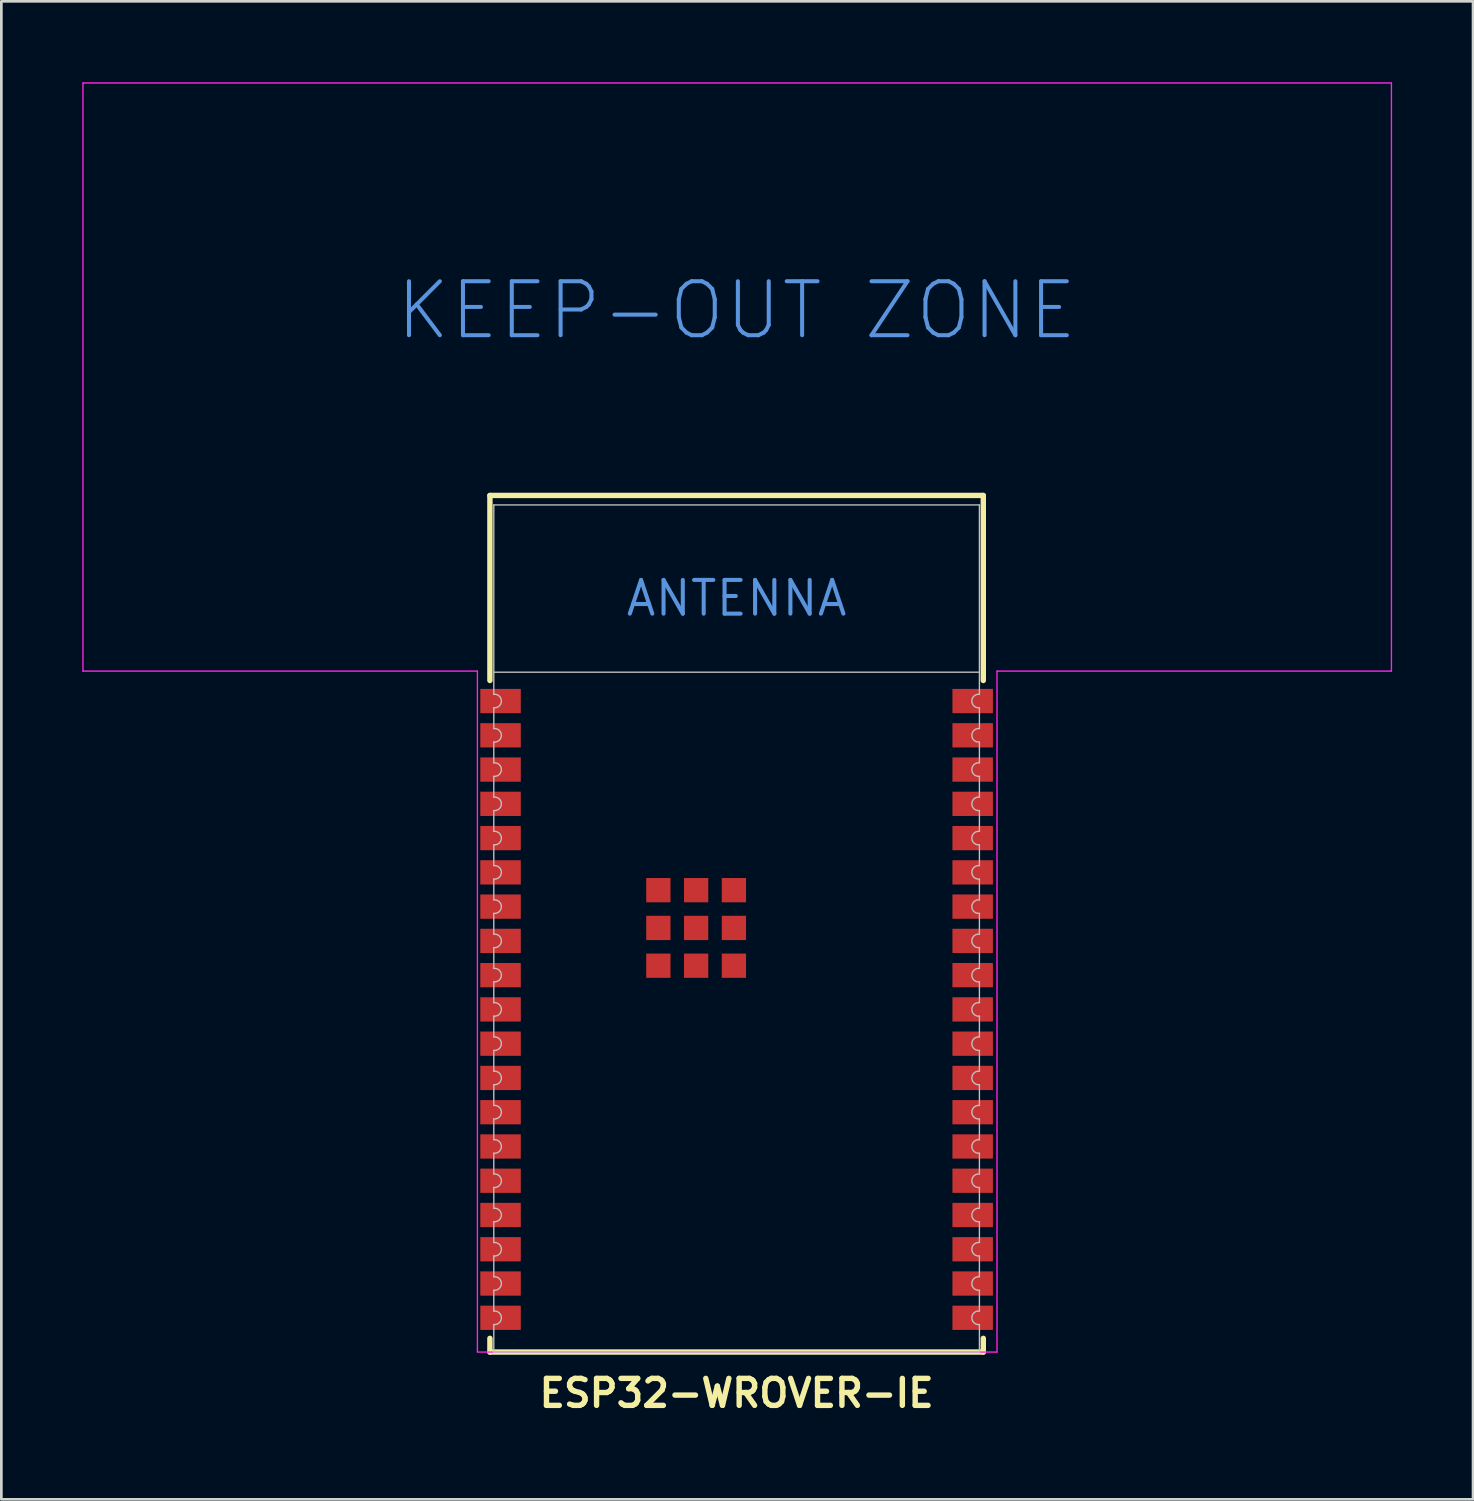
<source format=kicad_pcb>
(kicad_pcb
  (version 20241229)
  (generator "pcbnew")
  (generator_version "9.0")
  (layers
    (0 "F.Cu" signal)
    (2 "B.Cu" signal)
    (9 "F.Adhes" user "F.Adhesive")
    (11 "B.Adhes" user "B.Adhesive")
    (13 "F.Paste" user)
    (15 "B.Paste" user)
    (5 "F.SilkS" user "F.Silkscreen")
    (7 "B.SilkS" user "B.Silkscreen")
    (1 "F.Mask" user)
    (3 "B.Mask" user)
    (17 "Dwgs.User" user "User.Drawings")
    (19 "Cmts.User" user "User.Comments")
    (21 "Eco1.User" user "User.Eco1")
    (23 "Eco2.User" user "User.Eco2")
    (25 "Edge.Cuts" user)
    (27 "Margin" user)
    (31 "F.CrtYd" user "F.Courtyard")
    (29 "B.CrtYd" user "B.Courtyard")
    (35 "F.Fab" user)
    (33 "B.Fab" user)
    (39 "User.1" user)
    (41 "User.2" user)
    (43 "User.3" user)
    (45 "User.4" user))
  (footprint "ESP32-WROVER-IE"
    (layer "F.Cu")
    (at 24.253 34.365)
    (property "Reference" "ESP32-WROVER-IE" (at 0 14.224 0) (layer "F.SilkS") (effects (font (size 1 1) (thickness 0.2) (bold yes))))
    (attr through_hole)
    (fp_line (start -9.144 -19.05) (end 9.144 -19.05) (stroke (width 0.2) (type default)) (layer "F.SilkS"))
    (fp_line (start -9.144 -12.192) (end -9.144 -19.05) (stroke (width 0.2) (type default)) (layer "F.SilkS"))
    (fp_line (start -9.144 12.192) (end -9.144 12.7) (stroke (width 0.2) (type default)) (layer "F.SilkS"))
    (fp_line (start -9.144 12.7) (end 9.144 12.7) (stroke (width 0.2) (type default)) (layer "F.SilkS"))
    (fp_line (start 9.144 -19.05) (end 9.144 -12.192) (stroke (width 0.2) (type default)) (layer "F.SilkS"))
    (fp_line (start 9.144 12.7) (end 9.144 12.192) (stroke (width 0.2) (type default)) (layer "F.SilkS"))
    (fp_line (start -9 -18.7) (end -9 -11.69) (stroke (width 0.05) (type solid)) (layer "Dwgs.User"))
    (fp_line (start -9 -11.18) (end -9 -10.41) (stroke (width 0.05) (type solid)) (layer "Dwgs.User"))
    (fp_line (start -9 -9.91) (end -9 -9.14) (stroke (width 0.05) (type solid)) (layer "Dwgs.User"))
    (fp_line (start -9 -8.64) (end -9 -7.87) (stroke (width 0.05) (type solid)) (layer "Dwgs.User"))
    (fp_line (start -9 -7.37) (end -9 -6.6) (stroke (width 0.05) (type solid)) (layer "Dwgs.User"))
    (fp_line (start -9 -6.1) (end -9 -5.33) (stroke (width 0.05) (type solid)) (layer "Dwgs.User"))
    (fp_line (start -9 -4.83) (end -9 -4.06) (stroke (width 0.05) (type solid)) (layer "Dwgs.User"))
    (fp_line (start -9 -3.56) (end -9 -2.79) (stroke (width 0.05) (type solid)) (layer "Dwgs.User"))
    (fp_line (start -9 -2.29) (end -9 -1.52) (stroke (width 0.05) (type solid)) (layer "Dwgs.User"))
    (fp_line (start -9 -1.02) (end -9 -0.25) (stroke (width 0.05) (type solid)) (layer "Dwgs.User"))
    (fp_line (start -9 0.25) (end -9 1.02) (stroke (width 0.05) (type solid)) (layer "Dwgs.User"))
    (fp_line (start -9 1.52) (end -9 2.29) (stroke (width 0.05) (type solid)) (layer "Dwgs.User"))
    (fp_line (start -9 2.79) (end -9 3.56) (stroke (width 0.05) (type solid)) (layer "Dwgs.User"))
    (fp_line (start -9 4.06) (end -9 4.83) (stroke (width 0.05) (type solid)) (layer "Dwgs.User"))
    (fp_line (start -9 5.33) (end -9 6.1) (stroke (width 0.05) (type solid)) (layer "Dwgs.User"))
    (fp_line (start -9 6.6) (end -9 7.37) (stroke (width 0.05) (type solid)) (layer "Dwgs.User"))
    (fp_line (start -9 7.87) (end -9 8.64) (stroke (width 0.05) (type solid)) (layer "Dwgs.User"))
    (fp_line (start -9 9.14) (end -9 9.91) (stroke (width 0.05) (type solid)) (layer "Dwgs.User"))
    (fp_line (start -9 10.41) (end -9 11.18) (stroke (width 0.05) (type solid)) (layer "Dwgs.User"))
    (fp_line (start -9 11.68) (end -9 12.7) (stroke (width 0.05) (type solid)) (layer "Dwgs.User"))
    (fp_line (start -9 12.7) (end 9 12.7) (stroke (width 0.05) (type solid)) (layer "Dwgs.User"))
    (fp_line (start 9 -18.7) (end -9 -18.7) (stroke (width 0.05) (type solid)) (layer "Dwgs.User"))
    (fp_line (start 9 -12.5) (end -9 -12.5) (stroke (width 0.05) (type solid)) (layer "Dwgs.User"))
    (fp_line (start 9 -11.68) (end 9 -18.7) (stroke (width 0.05) (type solid)) (layer "Dwgs.User"))
    (fp_line (start 9 -10.41) (end 9 -11.18) (stroke (width 0.05) (type solid)) (layer "Dwgs.User"))
    (fp_line (start 9 -9.14) (end 9 -9.91) (stroke (width 0.05) (type solid)) (layer "Dwgs.User"))
    (fp_line (start 9 -7.87) (end 9 -8.64) (stroke (width 0.05) (type solid)) (layer "Dwgs.User"))
    (fp_line (start 9 -6.6) (end 9 -7.37) (stroke (width 0.05) (type solid)) (layer "Dwgs.User"))
    (fp_line (start 9 -5.33) (end 9 -6.1) (stroke (width 0.05) (type solid)) (layer "Dwgs.User"))
    (fp_line (start 9 -4.06) (end 9 -4.83) (stroke (width 0.05) (type solid)) (layer "Dwgs.User"))
    (fp_line (start 9 -2.79) (end 9 -3.56) (stroke (width 0.05) (type solid)) (layer "Dwgs.User"))
    (fp_line (start 9 -1.52) (end 9 -2.29) (stroke (width 0.05) (type solid)) (layer "Dwgs.User"))
    (fp_line (start 9 -0.25) (end 9 -1.02) (stroke (width 0.05) (type solid)) (layer "Dwgs.User"))
    (fp_line (start 9 1.02) (end 9 0.25) (stroke (width 0.05) (type solid)) (layer "Dwgs.User"))
    (fp_line (start 9 2.29) (end 9 1.52) (stroke (width 0.05) (type solid)) (layer "Dwgs.User"))
    (fp_line (start 9 3.56) (end 9 2.79) (stroke (width 0.05) (type solid)) (layer "Dwgs.User"))
    (fp_line (start 9 4.83) (end 9 4.06) (stroke (width 0.05) (type solid)) (layer "Dwgs.User"))
    (fp_line (start 9 6.1) (end 9 5.33) (stroke (width 0.05) (type solid)) (layer "Dwgs.User"))
    (fp_line (start 9 7.37) (end 9 6.6) (stroke (width 0.05) (type solid)) (layer "Dwgs.User"))
    (fp_line (start 9 8.64) (end 9 7.87) (stroke (width 0.05) (type solid)) (layer "Dwgs.User"))
    (fp_line (start 9 9.91) (end 9 9.14) (stroke (width 0.05) (type solid)) (layer "Dwgs.User"))
    (fp_line (start 9 11.18) (end 9 10.41) (stroke (width 0.05) (type solid)) (layer "Dwgs.User"))
    (fp_line (start 9 12.7) (end 9 11.68) (stroke (width 0.05) (type solid)) (layer "Dwgs.User"))
    (fp_arc (start -9 -11.68) (mid -8.718206 -11.43) (end -9 -11.18) (stroke (width 0.05) (type solid)) (layer "Dwgs.User"))
    (fp_arc (start -9 -10.41) (mid -8.718206 -10.16) (end -9 -9.91) (stroke (width 0.05) (type solid)) (layer "Dwgs.User"))
    (fp_arc (start -9 -9.14) (mid -8.718206 -8.89) (end -9 -8.64) (stroke (width 0.05) (type solid)) (layer "Dwgs.User"))
    (fp_arc (start -9 -7.87) (mid -8.718206 -7.62) (end -9 -7.37) (stroke (width 0.05) (type solid)) (layer "Dwgs.User"))
    (fp_arc (start -9 -6.6) (mid -8.718206 -6.35) (end -9 -6.1) (stroke (width 0.05) (type solid)) (layer "Dwgs.User"))
    (fp_arc (start -9 -5.33) (mid -8.718206 -5.08) (end -9 -4.83) (stroke (width 0.05) (type solid)) (layer "Dwgs.User"))
    (fp_arc (start -9 -4.06) (mid -8.718206 -3.81) (end -9 -3.56) (stroke (width 0.05) (type solid)) (layer "Dwgs.User"))
    (fp_arc (start -9 -2.79) (mid -8.718206 -2.54) (end -9 -2.29) (stroke (width 0.05) (type solid)) (layer "Dwgs.User"))
    (fp_arc (start -9 -1.52) (mid -8.718206 -1.27) (end -9 -1.02) (stroke (width 0.05) (type solid)) (layer "Dwgs.User"))
    (fp_arc (start -9 -0.25) (mid -8.718206 0) (end -9 0.25) (stroke (width 0.05) (type solid)) (layer "Dwgs.User"))
    (fp_arc (start -9 1.02) (mid -8.718206 1.27) (end -9 1.52) (stroke (width 0.05) (type solid)) (layer "Dwgs.User"))
    (fp_arc (start -9 2.29) (mid -8.718206 2.54) (end -9 2.79) (stroke (width 0.05) (type solid)) (layer "Dwgs.User"))
    (fp_arc (start -9 3.56) (mid -8.718206 3.81) (end -9 4.06) (stroke (width 0.05) (type solid)) (layer "Dwgs.User"))
    (fp_arc (start -9 4.83) (mid -8.718206 5.08) (end -9 5.33) (stroke (width 0.05) (type solid)) (layer "Dwgs.User"))
    (fp_arc (start -9 6.1) (mid -8.718206 6.35) (end -9 6.6) (stroke (width 0.05) (type solid)) (layer "Dwgs.User"))
    (fp_arc (start -9 7.37) (mid -8.718206 7.62) (end -9 7.87) (stroke (width 0.05) (type solid)) (layer "Dwgs.User"))
    (fp_arc (start -9 8.64) (mid -8.718206 8.89) (end -9 9.14) (stroke (width 0.05) (type solid)) (layer "Dwgs.User"))
    (fp_arc (start -9 9.91) (mid -8.718206 10.16) (end -9 10.41) (stroke (width 0.05) (type solid)) (layer "Dwgs.User"))
    (fp_arc (start -9 11.18) (mid -8.718206 11.43) (end -9 11.68) (stroke (width 0.05) (type solid)) (layer "Dwgs.User"))
    (fp_arc (start 9 -11.18) (mid 8.718206 -11.43) (end 9 -11.68) (stroke (width 0.05) (type solid)) (layer "Dwgs.User"))
    (fp_arc (start 9 -9.91) (mid 8.718206 -10.16) (end 9 -10.41) (stroke (width 0.05) (type solid)) (layer "Dwgs.User"))
    (fp_arc (start 9 -8.64) (mid 8.718206 -8.89) (end 9 -9.14) (stroke (width 0.05) (type solid)) (layer "Dwgs.User"))
    (fp_arc (start 9 -7.37) (mid 8.718206 -7.62) (end 9 -7.87) (stroke (width 0.05) (type solid)) (layer "Dwgs.User"))
    (fp_arc (start 9 -6.1) (mid 8.718206 -6.35) (end 9 -6.6) (stroke (width 0.05) (type solid)) (layer "Dwgs.User"))
    (fp_arc (start 9 -4.83) (mid 8.718206 -5.08) (end 9 -5.33) (stroke (width 0.05) (type solid)) (layer "Dwgs.User"))
    (fp_arc (start 9 -3.56) (mid 8.718206 -3.81) (end 9 -4.06) (stroke (width 0.05) (type solid)) (layer "Dwgs.User"))
    (fp_arc (start 9 -2.29) (mid 8.718206 -2.54) (end 9 -2.79) (stroke (width 0.05) (type solid)) (layer "Dwgs.User"))
    (fp_arc (start 9 -1.02) (mid 8.718206 -1.27) (end 9 -1.52) (stroke (width 0.05) (type solid)) (layer "Dwgs.User"))
    (fp_arc (start 9 0.25) (mid 8.718206 0) (end 9 -0.25) (stroke (width 0.05) (type solid)) (layer "Dwgs.User"))
    (fp_arc (start 9 1.52) (mid 8.718206 1.27) (end 9 1.02) (stroke (width 0.05) (type solid)) (layer "Dwgs.User"))
    (fp_arc (start 9 2.79) (mid 8.718206 2.54) (end 9 2.29) (stroke (width 0.05) (type solid)) (layer "Dwgs.User"))
    (fp_arc (start 9 4.06) (mid 8.718206 3.81) (end 9 3.56) (stroke (width 0.05) (type solid)) (layer "Dwgs.User"))
    (fp_arc (start 9 5.33) (mid 8.718206 5.08) (end 9 4.83) (stroke (width 0.05) (type solid)) (layer "Dwgs.User"))
    (fp_arc (start 9 6.6) (mid 8.718206 6.35) (end 9 6.1) (stroke (width 0.05) (type solid)) (layer "Dwgs.User"))
    (fp_arc (start 9 7.87) (mid 8.718206 7.62) (end 9 7.37) (stroke (width 0.05) (type solid)) (layer "Dwgs.User"))
    (fp_arc (start 9 9.14) (mid 8.718206 8.89) (end 9 8.64) (stroke (width 0.05) (type solid)) (layer "Dwgs.User"))
    (fp_arc (start 9 10.41) (mid 8.718206 10.16) (end 9 9.91) (stroke (width 0.05) (type solid)) (layer "Dwgs.User"))
    (fp_arc (start 9 11.68) (mid 8.718206 11.43) (end 9 11.18) (stroke (width 0.05) (type solid)) (layer "Dwgs.User"))
    (fp_line (start -24.228 -34.34) (end -24.228 -12.54) (stroke (width 0.05) (type solid)) (layer "F.CrtYd"))
    (fp_line (start -24.228 -12.54) (end -9.608 -12.54) (stroke (width 0.05) (type solid)) (layer "F.CrtYd"))
    (fp_line (start -9.608 -12.54) (end -9.608 12.7) (stroke (width 0.05) (type solid)) (layer "F.CrtYd"))
    (fp_line (start -9.608 12.7) (end 9.652 12.7) (stroke (width 0.05) (type solid)) (layer "F.CrtYd"))
    (fp_line (start 9.652 -12.54) (end 24.272 -12.54) (stroke (width 0.05) (type solid)) (layer "F.CrtYd"))
    (fp_line (start 9.652 12.7) (end 9.652 -12.54) (stroke (width 0.05) (type solid)) (layer "F.CrtYd"))
    (fp_line (start 24.272 -34.34) (end -24.228 -34.34) (stroke (width 0.05) (type solid)) (layer "F.CrtYd"))
    (fp_line (start 24.272 -12.54) (end 24.272 -34.34) (stroke (width 0.05) (type solid)) (layer "F.CrtYd"))
    (fp_text user "ANTENNA" (at 0 -15.24 0) (layer "Cmts.User") (effects (font (size 1.25 1.25) (thickness 0.15))))
    (fp_text user "KEEP-OUT ZONE" (at 0 -25.908 0) (layer "Cmts.User") (effects (font (size 2 2) (thickness 0.15))))
    (pad "1" smd rect (at -8.75 -11.43) (size 1.5 0.9) (layers "F.Cu" "F.Mask" "F.Paste"))
    (pad "2" smd rect (at -8.75 -10.16) (size 1.5 0.9) (layers "F.Cu" "F.Mask" "F.Paste"))
    (pad "3" smd rect (at -8.75 -8.89) (size 1.5 0.9) (layers "F.Cu" "F.Mask" "F.Paste"))
    (pad "4" smd rect (at -8.75 -7.62) (size 1.5 0.9) (layers "F.Cu" "F.Mask" "F.Paste"))
    (pad "5" smd rect (at -8.75 -6.35) (size 1.5 0.9) (layers "F.Cu" "F.Mask" "F.Paste"))
    (pad "6" smd rect (at -8.75 -5.08) (size 1.5 0.9) (layers "F.Cu" "F.Mask" "F.Paste"))
    (pad "7" smd rect (at -8.75 -3.81) (size 1.5 0.9) (layers "F.Cu" "F.Mask" "F.Paste"))
    (pad "8" smd rect (at -8.75 -2.54) (size 1.5 0.9) (layers "F.Cu" "F.Mask" "F.Paste"))
    (pad "9" smd rect (at -8.75 -1.27) (size 1.5 0.9) (layers "F.Cu" "F.Mask" "F.Paste"))
    (pad "10" smd rect (at -8.75 0) (size 1.5 0.9) (layers "F.Cu" "F.Mask" "F.Paste"))
    (pad "11" smd rect (at -8.75 1.27) (size 1.5 0.9) (layers "F.Cu" "F.Mask" "F.Paste"))
    (pad "12" smd rect (at -8.75 2.54) (size 1.5 0.9) (layers "F.Cu" "F.Mask" "F.Paste"))
    (pad "13" smd rect (at -8.75 3.81) (size 1.5 0.9) (layers "F.Cu" "F.Mask" "F.Paste"))
    (pad "14" smd rect (at -8.75 5.08) (size 1.5 0.9) (layers "F.Cu" "F.Mask" "F.Paste"))
    (pad "15" smd rect (at -8.75 6.35) (size 1.5 0.9) (layers "F.Cu" "F.Mask" "F.Paste"))
    (pad "16" smd rect (at -8.75 7.62) (size 1.5 0.9) (layers "F.Cu" "F.Mask" "F.Paste"))
    (pad "17" smd rect (at -8.75 8.89) (size 1.5 0.9) (layers "F.Cu" "F.Mask" "F.Paste"))
    (pad "18" smd rect (at -8.75 10.16) (size 1.5 0.9) (layers "F.Cu" "F.Mask" "F.Paste"))
    (pad "19" smd rect (at -8.75 11.43) (size 1.5 0.9) (layers "F.Cu" "F.Mask" "F.Paste"))
    (pad "20" smd rect (at 8.75 11.43) (size 1.5 0.9) (layers "F.Cu" "F.Mask" "F.Paste"))
    (pad "21" smd rect (at 8.75 10.16) (size 1.5 0.9) (layers "F.Cu" "F.Mask" "F.Paste"))
    (pad "22" smd rect (at 8.75 8.89) (size 1.5 0.9) (layers "F.Cu" "F.Mask" "F.Paste"))
    (pad "23" smd rect (at 8.75 7.62) (size 1.5 0.9) (layers "F.Cu" "F.Mask" "F.Paste"))
    (pad "24" smd rect (at 8.75 6.35) (size 1.5 0.9) (layers "F.Cu" "F.Mask" "F.Paste"))
    (pad "25" smd rect (at 8.75 5.08) (size 1.5 0.9) (layers "F.Cu" "F.Mask" "F.Paste"))
    (pad "26" smd rect (at 8.75 3.81) (size 1.5 0.9) (layers "F.Cu" "F.Mask" "F.Paste"))
    (pad "27" smd rect (at 8.75 2.54) (size 1.5 0.9) (layers "F.Cu" "F.Mask" "F.Paste"))
    (pad "28" smd rect (at 8.75 1.27) (size 1.5 0.9) (layers "F.Cu" "F.Mask" "F.Paste"))
    (pad "29" smd rect (at 8.75 0) (size 1.5 0.9) (layers "F.Cu" "F.Mask" "F.Paste"))
    (pad "30" smd rect (at 8.75 -1.27) (size 1.5 0.9) (layers "F.Cu" "F.Mask" "F.Paste"))
    (pad "31" smd rect (at 8.75 -2.54) (size 1.5 0.9) (layers "F.Cu" "F.Mask" "F.Paste"))
    (pad "32" smd rect (at 8.75 -3.81) (size 1.5 0.9) (layers "F.Cu" "F.Mask" "F.Paste"))
    (pad "33" smd rect (at 8.75 -5.08) (size 1.5 0.9) (layers "F.Cu" "F.Mask" "F.Paste"))
    (pad "34" smd rect (at 8.75 -6.35) (size 1.5 0.9) (layers "F.Cu" "F.Mask" "F.Paste"))
    (pad "35" smd rect (at 8.75 -7.62) (size 1.5 0.9) (layers "F.Cu" "F.Mask" "F.Paste"))
    (pad "36" smd rect (at 8.75 -8.89) (size 1.5 0.9) (layers "F.Cu" "F.Mask" "F.Paste"))
    (pad "37" smd rect (at 8.75 -10.16) (size 1.5 0.9) (layers "F.Cu" "F.Mask" "F.Paste"))
    (pad "38" smd rect (at 8.75 -11.43) (size 1.5 0.9) (layers "F.Cu" "F.Mask" "F.Paste"))
    (pad "39" smd rect (at -2.9 -4.42) (size 0.9 0.9) (layers "F.Cu" "F.Mask" "F.Paste"))
    (pad "39" smd rect (at -2.9 -3.02) (size 0.9 0.9) (layers "F.Cu" "F.Mask" "F.Paste"))
    (pad "39" smd rect (at -2.9 -1.62) (size 0.9 0.9) (layers "F.Cu" "F.Mask" "F.Paste"))
    (pad "39" smd rect (at -1.5 -4.42) (size 0.9 0.9) (layers "F.Cu" "F.Mask" "F.Paste"))
    (pad "39" smd rect (at -1.5 -3.02) (size 0.9 0.9) (layers "F.Cu" "F.Mask" "F.Paste"))
    (pad "39" smd rect (at -1.5 -1.62) (size 0.9 0.9) (layers "F.Cu" "F.Mask" "F.Paste"))
    (pad "39" smd rect (at -0.1 -4.42) (size 0.9 0.9) (layers "F.Cu" "F.Mask" "F.Paste"))
    (pad "39" smd rect (at -0.1 -3.02) (size 0.9 0.9) (layers "F.Cu" "F.Mask" "F.Paste"))
    (pad "39" smd rect (at -0.1 -1.62) (size 0.9 0.9) (layers "F.Cu" "F.Mask" "F.Paste"))
    (zone (net_name "") (layers "F.Cu" "B.Cu") (hatch full 0.508) (connect_pads) (min_thickness 0.254) (filled_areas_thickness no) (keepout (tracks not_allowed) (vias not_allowed) (pads not_allowed) (copperpour not_allowed) (footprints not_allowed)) (placement (enabled no)) (fill) (polygon (pts (xy 0.256 21.538) (xy 48.256 21.538) (xy 48.256 0.238) (xy 0.256 0.238)))))
  (gr_rect
    (start -3 -3)
    (end 51.55 52.525)
    (stroke (width 0.1) (type default))
    (fill no)
    (layer "Edge.Cuts")))
</source>
